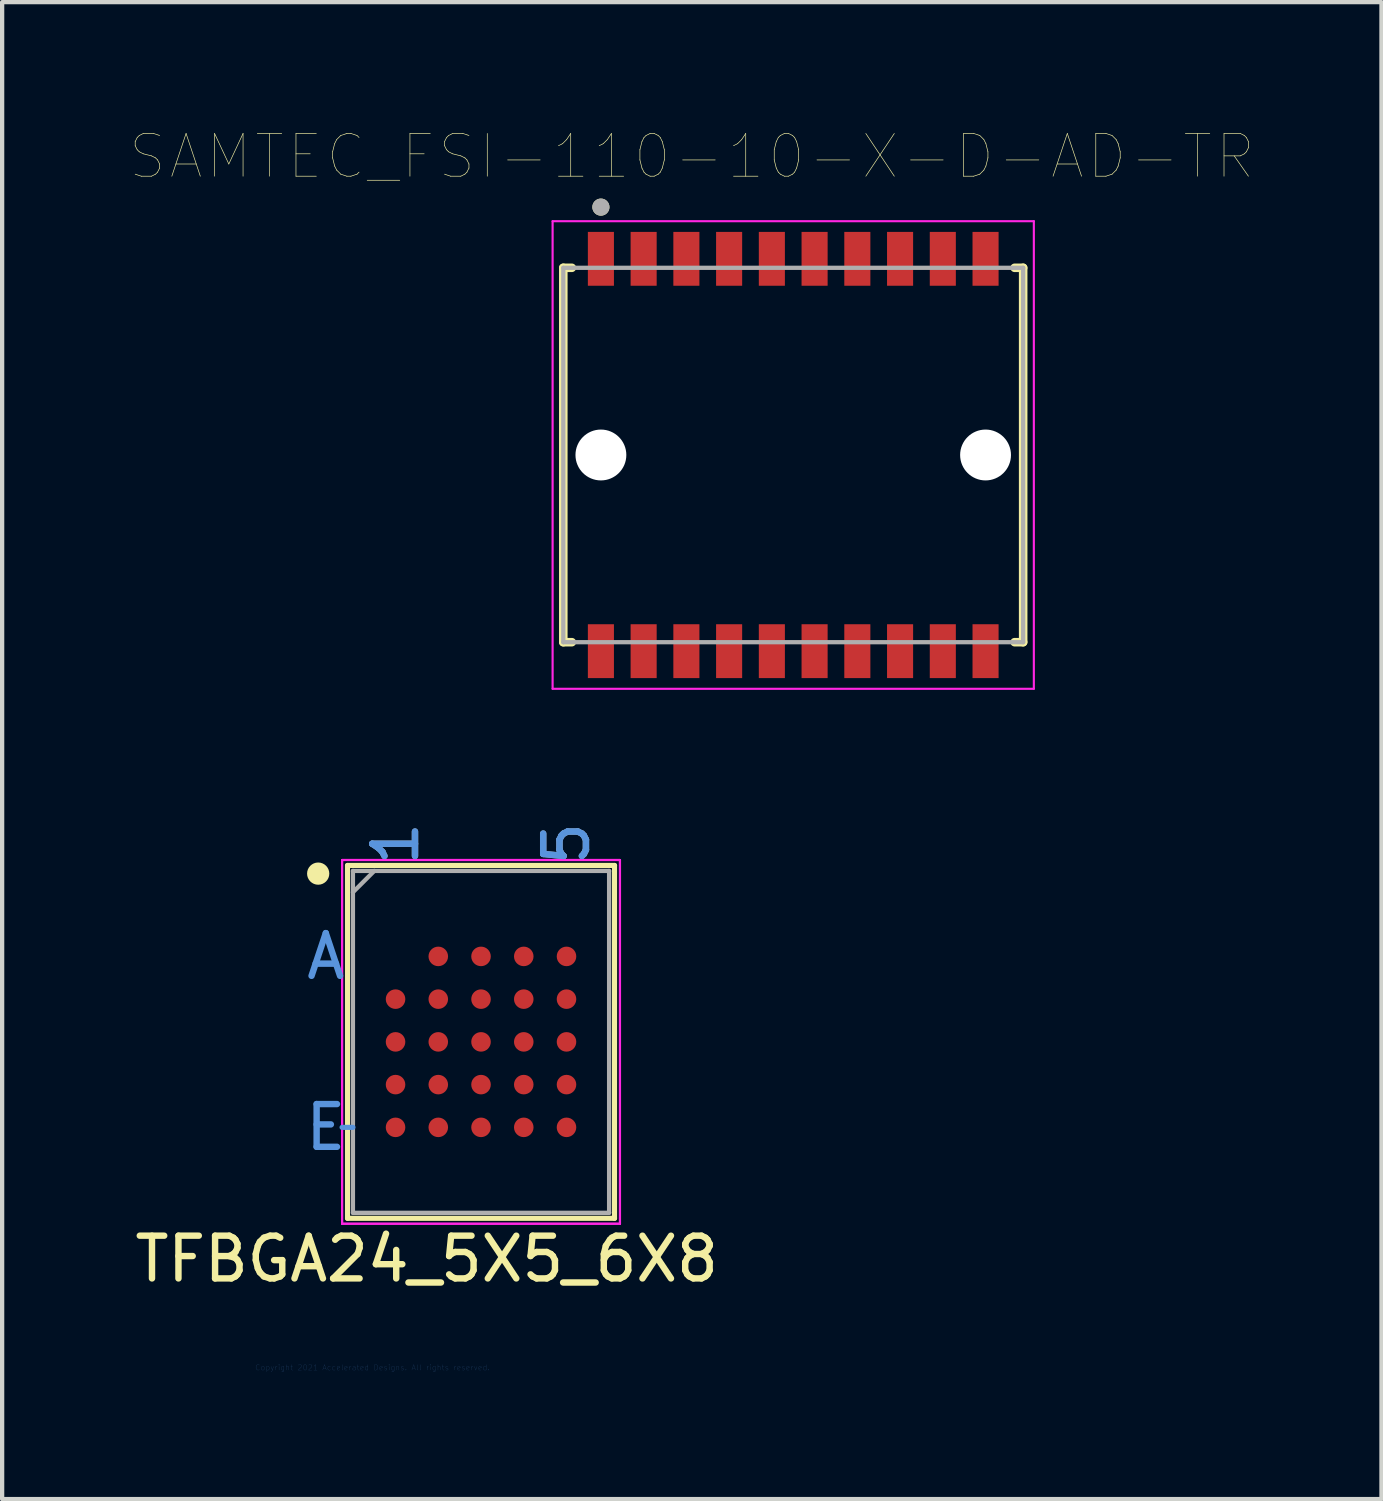
<source format=kicad_pcb>
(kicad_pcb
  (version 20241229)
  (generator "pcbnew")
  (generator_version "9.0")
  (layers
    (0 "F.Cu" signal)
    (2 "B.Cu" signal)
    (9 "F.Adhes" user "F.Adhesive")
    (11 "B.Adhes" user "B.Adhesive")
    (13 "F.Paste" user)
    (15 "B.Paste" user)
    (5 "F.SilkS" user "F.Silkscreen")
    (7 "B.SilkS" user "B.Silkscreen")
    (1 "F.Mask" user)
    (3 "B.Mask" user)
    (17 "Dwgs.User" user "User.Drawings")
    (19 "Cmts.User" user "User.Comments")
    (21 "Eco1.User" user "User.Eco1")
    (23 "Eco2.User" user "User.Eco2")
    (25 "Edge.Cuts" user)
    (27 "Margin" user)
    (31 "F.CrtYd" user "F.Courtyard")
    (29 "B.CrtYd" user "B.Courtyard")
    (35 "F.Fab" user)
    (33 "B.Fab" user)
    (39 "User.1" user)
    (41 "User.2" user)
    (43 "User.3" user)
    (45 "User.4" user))
  (footprint "TFBGA24_5X5_6X8"
    (layer "F.Cu")
    (at 8.205 21.328)
    (property "Reference" "TFBGA24_5X5_6X8" (at -1.27 5.08 0) (layer "F.SilkS") (effects (font (size 1 1) (thickness 0.15))))
    (attr through_hole)
    (fp_line (start -3.124 -4.128) (end -3.124 4.128) (stroke (width 0.12) (type solid)) (layer "F.SilkS"))
    (fp_line (start -3.124 4.128) (end 3.124 4.128) (stroke (width 0.12) (type solid)) (layer "F.SilkS"))
    (fp_line (start 3.124 -4.128) (end -3.124 -4.128) (stroke (width 0.12) (type solid)) (layer "F.SilkS"))
    (fp_line (start 3.124 4.128) (end 3.124 -4.128) (stroke (width 0.12) (type solid)) (layer "F.SilkS"))
    (fp_circle (center -3.81 -3.937) (end -3.61 -3.937) (stroke (width 0.12) (type solid)) (fill yes) (layer "F.SilkS"))
    (fp_line (start -2.997 2) (end -3.251 2) (stroke (width 0.12) (type solid)) (layer "Cmts.User"))
    (fp_line (start -3.251 -4.255) (end 3.251 -4.255) (stroke (width 0.05) (type solid)) (layer "F.CrtYd"))
    (fp_line (start -3.251 -4.255) (end 3.251 -4.255) (stroke (width 0.05) (type solid)) (layer "F.CrtYd"))
    (fp_line (start -3.251 4.255) (end -3.251 -4.255) (stroke (width 0.05) (type solid)) (layer "F.CrtYd"))
    (fp_line (start -3.251 4.255) (end -3.251 -4.255) (stroke (width 0.05) (type solid)) (layer "F.CrtYd"))
    (fp_line (start 3.251 -4.255) (end 3.251 4.255) (stroke (width 0.05) (type solid)) (layer "F.CrtYd"))
    (fp_line (start 3.251 -4.255) (end 3.251 4.255) (stroke (width 0.05) (type solid)) (layer "F.CrtYd"))
    (fp_line (start 3.251 4.255) (end -3.251 4.255) (stroke (width 0.05) (type solid)) (layer "F.CrtYd"))
    (fp_line (start 3.251 4.255) (end -3.251 4.255) (stroke (width 0.05) (type solid)) (layer "F.CrtYd"))
    (fp_line (start -2.997 -4) (end -2.997 4) (stroke (width 0.1) (type solid)) (layer "F.Fab"))
    (fp_line (start -2.997 4) (end 2.997 4) (stroke (width 0.1) (type solid)) (layer "F.Fab"))
    (fp_line (start -2.497 -4) (end -2.997 -3.501) (stroke (width 0.1) (type solid)) (layer "F.Fab"))
    (fp_line (start 2.997 -4) (end -2.997 -4) (stroke (width 0.1) (type solid)) (layer "F.Fab"))
    (fp_line (start 2.997 4) (end 2.997 -4) (stroke (width 0.1) (type solid)) (layer "F.Fab"))
    (fp_text user "E" (at -3.632 2 0) (layer "Cmts.User") (effects (font (size 1 1) (thickness 0.15))))
    (fp_text user "Copyright 2021 Accelerated Designs. All rights reserved." (at -2.54 7.62 0) (layer "Cmts.User") (effects (font (size 0.127 0.127) (thickness 0.002))))
    (fp_text user "5" (at 2 -4.636 90) (layer "Cmts.User") (effects (font (size 1 1) (thickness 0.15))))
    (fp_text user "A" (at -3.632 -2 0) (layer "Cmts.User") (effects (font (size 1 1) (thickness 0.15))))
    (fp_text user "1" (at -2 -4.636 90) (layer "Cmts.User") (effects (font (size 1 1) (thickness 0.15))))
    (fp_text user "1" (at -2 -4.636 90) (layer "F.Fab") (effects (font (size 1 1) (thickness 0.15))))
    (fp_text user "5" (at 2 -4.636 90) (layer "F.Fab") (effects (font (size 1 1) (thickness 0.15))))
    (pad "A2" smd circle (at -1 -2) (size 0.457 0.457) (layers "F.Cu" "F.Mask" "F.Paste"))
    (pad "A3" smd circle (at 0 -2) (size 0.457 0.457) (layers "F.Cu" "F.Mask" "F.Paste"))
    (pad "A4" smd circle (at 1 -2) (size 0.457 0.457) (layers "F.Cu" "F.Mask" "F.Paste"))
    (pad "A5" smd circle (at 2 -2) (size 0.457 0.457) (layers "F.Cu" "F.Mask" "F.Paste"))
    (pad "B1" smd circle (at -2 -1) (size 0.457 0.457) (layers "F.Cu" "F.Mask" "F.Paste"))
    (pad "B2" smd circle (at -1 -1) (size 0.457 0.457) (layers "F.Cu" "F.Mask" "F.Paste"))
    (pad "B3" smd circle (at 0 -1) (size 0.457 0.457) (layers "F.Cu" "F.Mask" "F.Paste"))
    (pad "B4" smd circle (at 1 -1) (size 0.457 0.457) (layers "F.Cu" "F.Mask" "F.Paste"))
    (pad "B5" smd circle (at 2 -1) (size 0.457 0.457) (layers "F.Cu" "F.Mask" "F.Paste"))
    (pad "C1" smd circle (at -2 0) (size 0.457 0.457) (layers "F.Cu" "F.Mask" "F.Paste"))
    (pad "C2" smd circle (at -1 0) (size 0.457 0.457) (layers "F.Cu" "F.Mask" "F.Paste"))
    (pad "C3" smd circle (at 0 0) (size 0.457 0.457) (layers "F.Cu" "F.Mask" "F.Paste"))
    (pad "C4" smd circle (at 1 0) (size 0.457 0.457) (layers "F.Cu" "F.Mask" "F.Paste"))
    (pad "C5" smd circle (at 2 0) (size 0.457 0.457) (layers "F.Cu" "F.Mask" "F.Paste"))
    (pad "D1" smd circle (at -2 1) (size 0.457 0.457) (layers "F.Cu" "F.Mask" "F.Paste"))
    (pad "D2" smd circle (at -1 1) (size 0.457 0.457) (layers "F.Cu" "F.Mask" "F.Paste"))
    (pad "D3" smd circle (at 0 1) (size 0.457 0.457) (layers "F.Cu" "F.Mask" "F.Paste"))
    (pad "D4" smd circle (at 1 1) (size 0.457 0.457) (layers "F.Cu" "F.Mask" "F.Paste"))
    (pad "D5" smd circle (at 2 1) (size 0.457 0.457) (layers "F.Cu" "F.Mask" "F.Paste"))
    (pad "E1" smd circle (at -2 2) (size 0.457 0.457) (layers "F.Cu" "F.Mask" "F.Paste"))
    (pad "E2" smd circle (at -1 2) (size 0.457 0.457) (layers "F.Cu" "F.Mask" "F.Paste"))
    (pad "E3" smd circle (at 0 2) (size 0.457 0.457) (layers "F.Cu" "F.Mask" "F.Paste"))
    (pad "E4" smd circle (at 1 2) (size 0.457 0.457) (layers "F.Cu" "F.Mask" "F.Paste"))
    (pad "E5" smd circle (at 2 2) (size 0.457 0.457) (layers "F.Cu" "F.Mask" "F.Paste")))
  (footprint "SAMTEC_FSI-110-10-X-D-AD-TR"
    (layer "F.Cu")
    (at 15.51 7.596)
    (property "Reference" "SAMTEC_FSI-110-10-X-D-AD-TR" (at -2.373 -6.985 0) (layer "F.SilkS") (effects (font (size 1 1) (thickness 0.015))))
    (attr through_hole)
    (fp_line (start -5.38 -4.38) (end -5.38 4.38) (stroke (width 0.2) (type solid)) (layer "F.SilkS"))
    (fp_line (start -5.38 4.38) (end -5.18 4.38) (stroke (width 0.2) (type solid)) (layer "F.SilkS"))
    (fp_line (start -5.18 -4.38) (end -5.38 -4.38) (stroke (width 0.2) (type solid)) (layer "F.SilkS"))
    (fp_line (start 5.18 -4.38) (end 5.38 -4.38) (stroke (width 0.2) (type solid)) (layer "F.SilkS"))
    (fp_line (start 5.38 -4.38) (end 5.38 4.38) (stroke (width 0.2) (type solid)) (layer "F.SilkS"))
    (fp_line (start 5.38 4.38) (end 5.18 4.38) (stroke (width 0.2) (type solid)) (layer "F.SilkS"))
    (fp_circle (center -4.5 -5.8) (end -4.4 -5.8) (stroke (width 0.2) (type solid)) (fill no) (layer "F.SilkS"))
    (fp_line (start -5.63 -5.47) (end 5.63 -5.47) (stroke (width 0.05) (type solid)) (layer "F.CrtYd"))
    (fp_line (start -5.63 5.47) (end -5.63 -5.47) (stroke (width 0.05) (type solid)) (layer "F.CrtYd"))
    (fp_line (start 5.63 -5.47) (end 5.63 5.47) (stroke (width 0.05) (type solid)) (layer "F.CrtYd"))
    (fp_line (start 5.63 5.47) (end -5.63 5.47) (stroke (width 0.05) (type solid)) (layer "F.CrtYd"))
    (fp_line (start -5.38 -4.38) (end 5.38 -4.38) (stroke (width 0.1) (type solid)) (layer "F.Fab"))
    (fp_line (start -5.38 4.38) (end -5.38 -4.38) (stroke (width 0.1) (type solid)) (layer "F.Fab"))
    (fp_line (start 5.38 -4.38) (end 5.38 4.38) (stroke (width 0.1) (type solid)) (layer "F.Fab"))
    (fp_line (start 5.38 4.38) (end -5.38 4.38) (stroke (width 0.1) (type solid)) (layer "F.Fab"))
    (fp_circle (center -4.5 -5.8) (end -4.4 -5.8) (stroke (width 0.2) (type solid)) (fill no) (layer "F.Fab"))
    (pad "" np_thru_hole circle (at -4.5 0) (size 1.19 1.19) (drill 1.19) (layers "*.Cu" "*.Mask"))
    (pad "" np_thru_hole circle (at 4.5 0) (size 1.19 1.19) (drill 1.19) (layers "*.Cu" "*.Mask"))
    (pad "01" smd rect (at -4.5 -4.59) (size 0.61 1.26) (layers "F.Cu" "F.Mask" "F.Paste"))
    (pad "02" smd rect (at -4.5 4.59) (size 0.61 1.26) (layers "F.Cu" "F.Mask" "F.Paste"))
    (pad "03" smd rect (at -3.5 -4.59) (size 0.61 1.26) (layers "F.Cu" "F.Mask" "F.Paste"))
    (pad "04" smd rect (at -3.5 4.59) (size 0.61 1.26) (layers "F.Cu" "F.Mask" "F.Paste"))
    (pad "05" smd rect (at -2.5 -4.59) (size 0.61 1.26) (layers "F.Cu" "F.Mask" "F.Paste"))
    (pad "06" smd rect (at -2.5 4.59) (size 0.61 1.26) (layers "F.Cu" "F.Mask" "F.Paste"))
    (pad "07" smd rect (at -1.5 -4.59) (size 0.61 1.26) (layers "F.Cu" "F.Mask" "F.Paste"))
    (pad "08" smd rect (at -1.5 4.59) (size 0.61 1.26) (layers "F.Cu" "F.Mask" "F.Paste"))
    (pad "09" smd rect (at -0.5 -4.59) (size 0.61 1.26) (layers "F.Cu" "F.Mask" "F.Paste"))
    (pad "10" smd rect (at -0.5 4.59) (size 0.61 1.26) (layers "F.Cu" "F.Mask" "F.Paste"))
    (pad "11" smd rect (at 0.5 -4.59) (size 0.61 1.26) (layers "F.Cu" "F.Mask" "F.Paste"))
    (pad "12" smd rect (at 0.5 4.59) (size 0.61 1.26) (layers "F.Cu" "F.Mask" "F.Paste"))
    (pad "13" smd rect (at 1.5 -4.59) (size 0.61 1.26) (layers "F.Cu" "F.Mask" "F.Paste"))
    (pad "14" smd rect (at 1.5 4.59) (size 0.61 1.26) (layers "F.Cu" "F.Mask" "F.Paste"))
    (pad "15" smd rect (at 2.5 -4.59) (size 0.61 1.26) (layers "F.Cu" "F.Mask" "F.Paste"))
    (pad "16" smd rect (at 2.5 4.59) (size 0.61 1.26) (layers "F.Cu" "F.Mask" "F.Paste"))
    (pad "17" smd rect (at 3.5 -4.59) (size 0.61 1.26) (layers "F.Cu" "F.Mask" "F.Paste"))
    (pad "18" smd rect (at 3.5 4.59) (size 0.61 1.26) (layers "F.Cu" "F.Mask" "F.Paste"))
    (pad "19" smd rect (at 4.5 -4.59) (size 0.61 1.26) (layers "F.Cu" "F.Mask" "F.Paste"))
    (pad "20" smd rect (at 4.5 4.59) (size 0.61 1.26) (layers "F.Cu" "F.Mask" "F.Paste")))
  (gr_rect
    (start -3 -3)
    (end 29.274 32.026)
    (stroke (width 0.1) (type default))
    (fill no)
    (layer "Edge.Cuts")))
</source>
